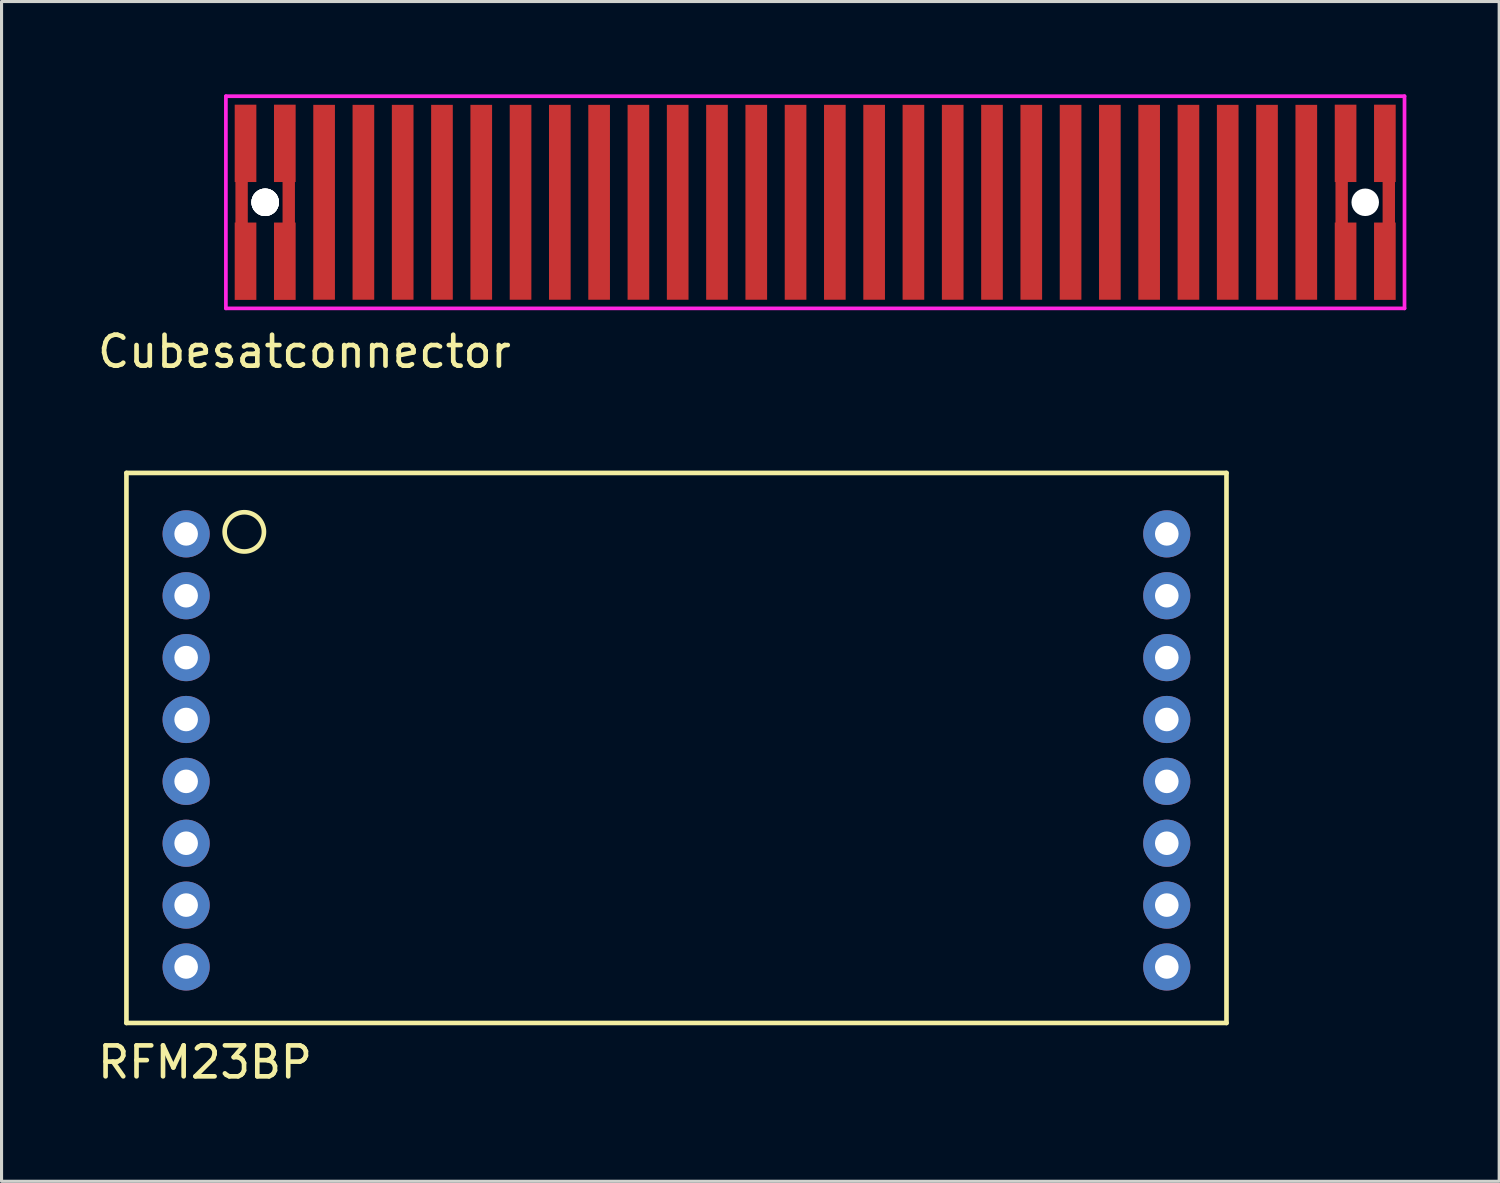
<source format=kicad_pcb>
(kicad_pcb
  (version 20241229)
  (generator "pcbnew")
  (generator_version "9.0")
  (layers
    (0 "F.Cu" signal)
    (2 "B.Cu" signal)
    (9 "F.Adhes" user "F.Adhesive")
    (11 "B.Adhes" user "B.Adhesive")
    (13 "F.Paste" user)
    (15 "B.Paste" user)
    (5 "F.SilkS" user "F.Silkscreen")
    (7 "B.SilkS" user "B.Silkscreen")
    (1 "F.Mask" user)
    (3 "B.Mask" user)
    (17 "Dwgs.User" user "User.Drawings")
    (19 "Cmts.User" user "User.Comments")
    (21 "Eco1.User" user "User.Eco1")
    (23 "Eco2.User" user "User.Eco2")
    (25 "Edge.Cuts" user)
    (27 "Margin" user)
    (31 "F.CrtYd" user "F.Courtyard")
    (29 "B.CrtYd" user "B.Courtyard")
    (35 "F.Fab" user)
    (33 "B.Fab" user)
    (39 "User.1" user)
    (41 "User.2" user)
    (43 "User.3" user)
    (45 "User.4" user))
  (footprint "RFM23BP"
    (layer "F.Cu")
    (at 18.817 26.208)
    (property "Reference" "RFM23BP" (at -15.24 5.08 0) (layer "F.SilkS") (effects (font (size 1 1) (thickness 0.15))))
    (attr through_hole)
    (fp_line (start -17.78 -13.97) (end 17.78 -13.97) (stroke (width 0.15) (type solid)) (layer "F.SilkS"))
    (fp_line (start -17.78 3.81) (end -17.78 -13.97) (stroke (width 0.15) (type solid)) (layer "F.SilkS"))
    (fp_line (start 17.78 -13.97) (end 17.78 3.81) (stroke (width 0.15) (type solid)) (layer "F.SilkS"))
    (fp_line (start 17.78 3.81) (end -17.78 3.81) (stroke (width 0.15) (type solid)) (layer "F.SilkS"))
    (fp_circle (center -13.97 -12.065) (end -13.335 -12.065) (stroke (width 0.15) (type solid)) (fill no) (layer "F.SilkS"))
    (pad "1" thru_hole circle (at -15.85 -12) (size 1.524 1.524) (drill 0.762) (layers "*.Cu" "*.Mask"))
    (pad "2" thru_hole circle (at -15.85 -10) (size 1.524 1.524) (drill 0.762) (layers "*.Cu" "*.Mask"))
    (pad "3" thru_hole circle (at -15.85 -8) (size 1.524 1.524) (drill 0.762) (layers "*.Cu" "*.Mask"))
    (pad "4" thru_hole circle (at -15.85 -6) (size 1.524 1.524) (drill 0.762) (layers "*.Cu" "*.Mask"))
    (pad "5" thru_hole circle (at -15.85 -4) (size 1.524 1.524) (drill 0.762) (layers "*.Cu" "*.Mask"))
    (pad "6" thru_hole circle (at -15.85 -2) (size 1.524 1.524) (drill 0.762) (layers "*.Cu" "*.Mask"))
    (pad "7" thru_hole circle (at -15.85 0) (size 1.524 1.524) (drill 0.762) (layers "*.Cu" "*.Mask"))
    (pad "8" thru_hole circle (at -15.85 2) (size 1.524 1.524) (drill 0.762) (layers "*.Cu" "*.Mask"))
    (pad "9" thru_hole circle (at 15.85 -12) (size 1.524 1.524) (drill 0.762) (layers "*.Cu" "*.Mask"))
    (pad "10" thru_hole circle (at 15.85 -10) (size 1.524 1.524) (drill 0.762) (layers "*.Cu" "*.Mask"))
    (pad "11" thru_hole circle (at 15.85 -8) (size 1.524 1.524) (drill 0.762) (layers "*.Cu" "*.Mask"))
    (pad "12" thru_hole circle (at 15.85 -6) (size 1.524 1.524) (drill 0.762) (layers "*.Cu" "*.Mask"))
    (pad "13" thru_hole circle (at 15.85 -4) (size 1.524 1.524) (drill 0.762) (layers "*.Cu" "*.Mask"))
    (pad "14" thru_hole circle (at 15.85 -2) (size 1.524 1.524) (drill 0.762) (layers "*.Cu" "*.Mask"))
    (pad "15" thru_hole circle (at 15.85 0) (size 1.524 1.524) (drill 0.762) (layers "*.Cu" "*.Mask"))
    (pad "16" thru_hole circle (at 15.85 2) (size 1.524 1.524) (drill 0.762) (layers "*.Cu" "*.Mask")))
  (footprint "Cubesatconnector"
    (layer "F.Cu")
    (at 23.302 3.489)
    (property "Reference" "Cubesatconnector" (at -16.51 4.826 0) (layer "F.SilkS") (effects (font (size 1 1) (thickness 0.15))))
    (attr through_hole)
    (fp_line (start -19.05 -3.429) (end 19.05 -3.429) (stroke (width 0.12) (type solid)) (layer "F.CrtYd"))
    (fp_line (start -19.05 3.429) (end -19.05 -3.429) (stroke (width 0.12) (type solid)) (layer "F.CrtYd"))
    (fp_line (start 19.05 -3.429) (end 19.05 3.429) (stroke (width 0.12) (type solid)) (layer "F.CrtYd"))
    (fp_line (start 19.05 3.429) (end -19.05 3.429) (stroke (width 0.12) (type solid)) (layer "F.CrtYd"))
    (pad "" np_thru_hole circle (at -17.78 0) (size 0.889 0.889) (drill 0.889) (layers "*.Cu" "*.Mask"))
    (pad "" np_thru_hole circle (at -17.78 0) (size 0.889 0.889) (drill 0.889) (layers "*.Cu" "*.Mask"))
    (pad "" np_thru_hole circle (at -17.78 0) (size 0.889 0.889) (drill 0.889) (layers "*.Cu" "*.Mask"))
    (pad "" np_thru_hole circle (at -17.78 0) (size 0.889 0.889) (drill 0.889) (layers "*.Cu" "*.Mask"))
    (pad "" np_thru_hole circle (at 17.78 0) (size 0.889 0.889) (drill 0.889) (layers "*.Cu" "*.Mask"))
    (pad "1" smd rect (at -18.542 0) (size 0.4 2.5) (layers "F.Cu" "F.Mask" "F.Paste"))
    (pad "1" smd rect (at -18.415 -1.905) (size 0.7 2.5) (layers "F.Cu" "F.Mask" "F.Paste"))
    (pad "1" smd rect (at -18.415 1.905) (size 0.7 2.5) (layers "F.Cu" "F.Mask" "F.Paste"))
    (pad "2" smd rect (at -17.145 -1.905) (size 0.7 2.5) (layers "F.Cu" "F.Mask" "F.Paste"))
    (pad "2" smd rect (at -17.145 1.905) (size 0.7 2.5) (layers "F.Cu" "F.Mask" "F.Paste"))
    (pad "2" smd rect (at -17.018 0.127) (size 0.4 2.5) (layers "F.Cu" "F.Mask" "F.Paste"))
    (pad "3" smd rect (at -15.875 0) (size 0.7 6.3) (layers "F.Cu" "F.Mask" "F.Paste"))
    (pad "4" smd rect (at -14.605 0) (size 0.7 6.3) (layers "F.Cu" "F.Mask" "F.Paste"))
    (pad "5" smd rect (at -13.335 0) (size 0.7 6.3) (layers "F.Cu" "F.Mask" "F.Paste"))
    (pad "6" smd rect (at -12.065 0) (size 0.7 6.3) (layers "F.Cu" "F.Mask" "F.Paste"))
    (pad "7" smd rect (at -10.795 0) (size 0.7 6.3) (layers "F.Cu" "F.Mask" "F.Paste"))
    (pad "8" smd rect (at -9.525 0) (size 0.7 6.3) (layers "F.Cu" "F.Mask" "F.Paste"))
    (pad "9" smd rect (at -8.255 0) (size 0.7 6.3) (layers "F.Cu" "F.Mask" "F.Paste"))
    (pad "10" smd rect (at -6.985 0) (size 0.7 6.3) (layers "F.Cu" "F.Mask" "F.Paste"))
    (pad "11" smd rect (at -5.715 0) (size 0.7 6.3) (layers "F.Cu" "F.Mask" "F.Paste"))
    (pad "12" smd rect (at -4.445 0) (size 0.7 6.3) (layers "F.Cu" "F.Mask" "F.Paste"))
    (pad "13" smd rect (at -3.175 0) (size 0.7 6.3) (layers "F.Cu" "F.Mask" "F.Paste"))
    (pad "14" smd rect (at -1.905 0) (size 0.7 6.3) (layers "F.Cu" "F.Mask" "F.Paste"))
    (pad "15" smd rect (at -0.635 0) (size 0.7 6.3) (layers "F.Cu" "F.Mask" "F.Paste"))
    (pad "16" smd rect (at 0.635 0) (size 0.7 6.3) (layers "F.Cu" "F.Mask" "F.Paste"))
    (pad "17" smd rect (at 1.905 0) (size 0.7 6.3) (layers "F.Cu" "F.Mask" "F.Paste"))
    (pad "18" smd rect (at 3.175 0) (size 0.7 6.3) (layers "F.Cu" "F.Mask" "F.Paste"))
    (pad "19" smd rect (at 4.445 0) (size 0.7 6.3) (layers "F.Cu" "F.Mask" "F.Paste"))
    (pad "20" smd rect (at 5.715 0) (size 0.7 6.3) (layers "F.Cu" "F.Mask" "F.Paste"))
    (pad "21" smd rect (at 6.985 0) (size 0.7 6.3) (layers "F.Cu" "F.Mask" "F.Paste"))
    (pad "22" smd rect (at 8.255 0) (size 0.7 6.3) (layers "F.Cu" "F.Mask" "F.Paste"))
    (pad "23" smd rect (at 9.525 0) (size 0.7 6.3) (layers "F.Cu" "F.Mask" "F.Paste"))
    (pad "24" smd rect (at 10.795 0) (size 0.7 6.3) (layers "F.Cu" "F.Mask" "F.Paste"))
    (pad "25" smd rect (at 12.065 0) (size 0.7 6.3) (layers "F.Cu" "F.Mask" "F.Paste"))
    (pad "26" smd rect (at 13.335 0) (size 0.7 6.3) (layers "F.Cu" "F.Mask" "F.Paste"))
    (pad "27" smd rect (at 14.605 0) (size 0.7 6.3) (layers "F.Cu" "F.Mask" "F.Paste"))
    (pad "28" smd rect (at 15.875 0) (size 0.7 6.3) (layers "F.Cu" "F.Mask" "F.Paste"))
    (pad "29" smd rect (at 17.018 0.127) (size 0.4 2.5) (layers "F.Cu" "F.Mask" "F.Paste"))
    (pad "29" smd rect (at 17.145 -1.905) (size 0.7 2.5) (layers "F.Cu" "F.Mask" "F.Paste"))
    (pad "29" smd rect (at 17.145 1.905) (size 0.7 2.5) (layers "F.Cu" "F.Mask" "F.Paste"))
    (pad "30" smd rect (at 18.415 -1.905) (size 0.7 2.5) (layers "F.Cu" "F.Mask" "F.Paste"))
    (pad "30" smd rect (at 18.415 1.905) (size 0.7 2.5) (layers "F.Cu" "F.Mask" "F.Paste"))
    (pad "30" smd rect (at 18.542 0.127) (size 0.4 2.5) (layers "F.Cu" "F.Mask" "F.Paste")))
  (gr_rect
    (start -3 -3)
    (end 45.412 35.136)
    (stroke (width 0.1) (type default))
    (fill no)
    (layer "Edge.Cuts")))
</source>
